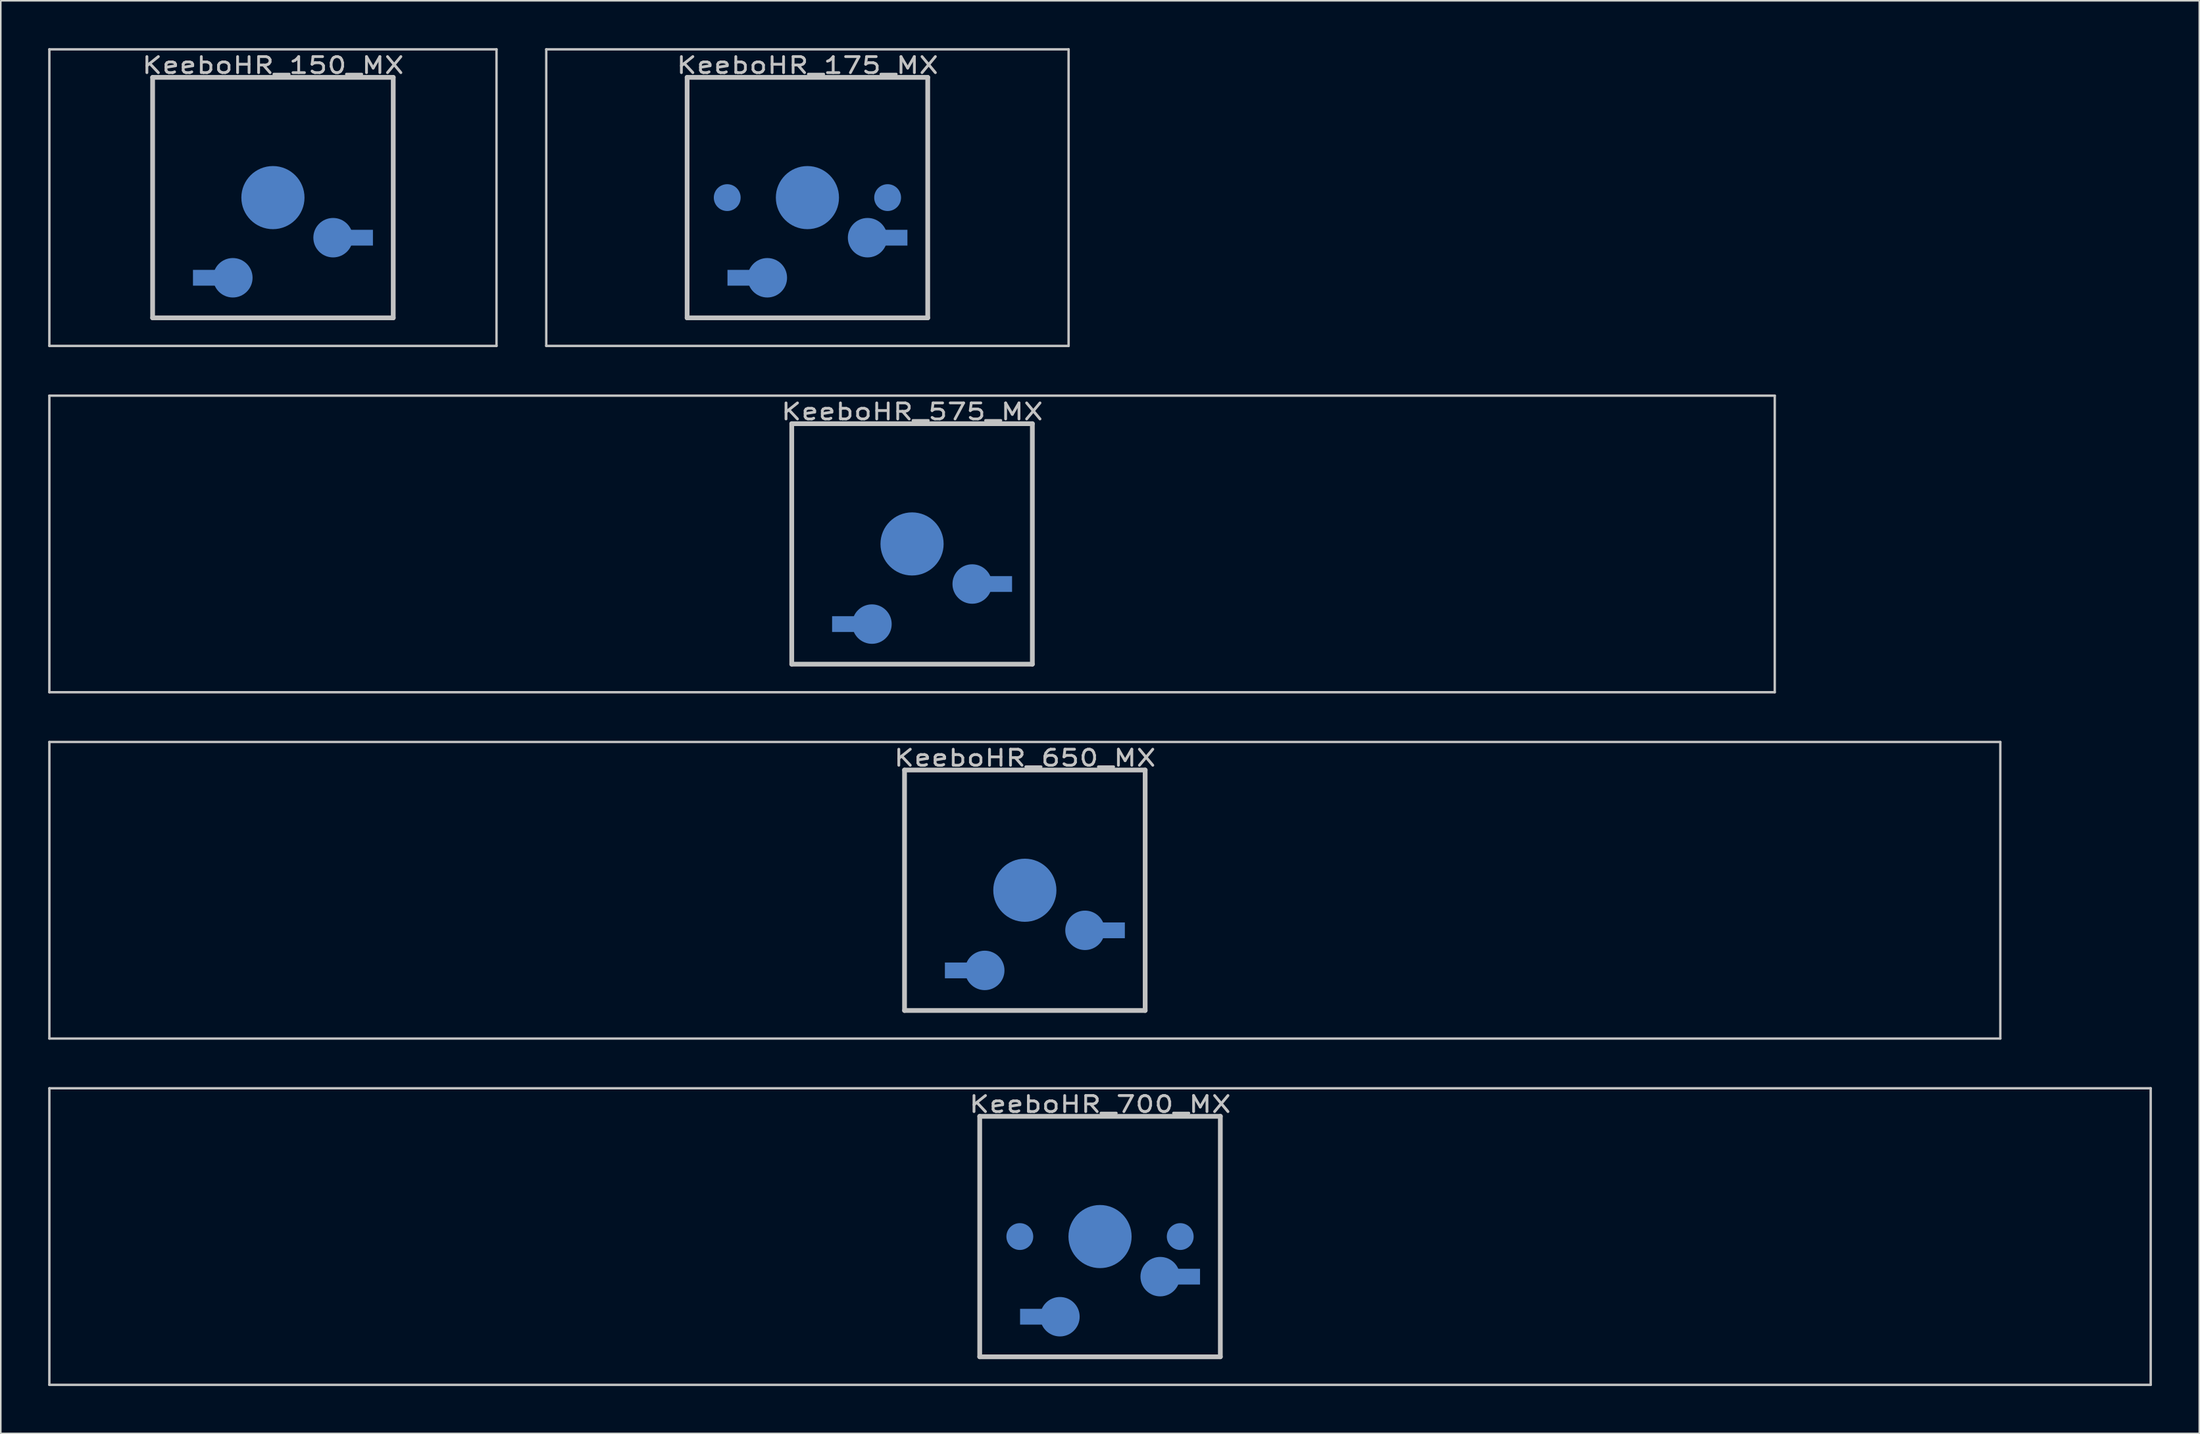
<source format=kicad_pcb>
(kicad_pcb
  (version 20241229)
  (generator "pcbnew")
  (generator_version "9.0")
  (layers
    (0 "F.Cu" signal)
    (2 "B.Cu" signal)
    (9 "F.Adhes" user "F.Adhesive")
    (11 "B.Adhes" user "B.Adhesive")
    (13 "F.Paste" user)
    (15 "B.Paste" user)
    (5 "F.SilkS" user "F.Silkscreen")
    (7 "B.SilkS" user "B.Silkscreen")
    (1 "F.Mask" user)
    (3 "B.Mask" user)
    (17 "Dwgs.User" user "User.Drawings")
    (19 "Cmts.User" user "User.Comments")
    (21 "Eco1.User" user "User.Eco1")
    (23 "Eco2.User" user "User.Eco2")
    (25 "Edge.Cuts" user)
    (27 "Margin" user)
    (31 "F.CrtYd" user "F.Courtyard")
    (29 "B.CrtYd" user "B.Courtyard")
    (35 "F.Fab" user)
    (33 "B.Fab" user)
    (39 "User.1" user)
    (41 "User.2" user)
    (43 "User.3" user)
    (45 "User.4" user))
  (footprint "KeeboHR_150_MX"
    (layer "B.Cu")
    (at 14.237 9.474)
    (property "Reference" "KeeboHR_150_MX" (at 0 -8.382 0) (layer "Dwgs.User") (effects (font (size 1.016 1.27) (thickness 0.178))))
    (attr through_hole)
    (fp_line (start -14.161 -9.398) (end 14.161 -9.398) (stroke (width 0.152) (type solid)) (layer "Dwgs.User"))
    (fp_line (start -14.161 9.398) (end -14.161 -9.398) (stroke (width 0.152) (type solid)) (layer "Dwgs.User"))
    (fp_line (start -7.62 -7.62) (end 7.62 -7.62) (stroke (width 0.3) (type solid)) (layer "Dwgs.User"))
    (fp_line (start -7.62 7.62) (end -7.62 -7.62) (stroke (width 0.3) (type solid)) (layer "Dwgs.User"))
    (fp_line (start 7.62 -7.62) (end 7.62 7.62) (stroke (width 0.3) (type solid)) (layer "Dwgs.User"))
    (fp_line (start 7.62 7.62) (end -7.62 7.62) (stroke (width 0.3) (type solid)) (layer "Dwgs.User"))
    (fp_line (start 14.161 -9.398) (end 14.161 9.398) (stroke (width 0.152) (type solid)) (layer "Dwgs.User"))
    (fp_line (start 14.161 9.398) (end -14.161 9.398) (stroke (width 0.152) (type solid)) (layer "Dwgs.User"))
    (pad "" smd circle (at 0 0) (size 4 4) (layers "B.Cu" "B.Mask"))
    (pad "1" smd circle (at 3.81 2.54) (size 2.5 2.5) (layers "B.Cu" "B.Mask"))
    (pad "1" smd rect (at 5.334 2.54) (size 2 1) (layers "B.Cu" "B.Mask"))
    (pad "2" smd rect (at -4.064 5.08) (size 2 1) (layers "B.Cu" "B.Mask"))
    (pad "2" smd circle (at -2.54 5.08) (size 2.5 2.5) (layers "B.Cu" "B.Mask")))
  (footprint "KeeboHR_575_MX"
    (layer "B.Cu")
    (at 54.718 31.423)
    (property "Reference" "KeeboHR_575_MX" (at 0 -8.382 0) (layer "Dwgs.User") (effects (font (size 1.016 1.27) (thickness 0.178))))
    (attr through_hole)
    (fp_line (start -54.642 -9.398) (end 54.642 -9.398) (stroke (width 0.152) (type solid)) (layer "Dwgs.User"))
    (fp_line (start -54.642 9.398) (end -54.642 -9.398) (stroke (width 0.152) (type solid)) (layer "Dwgs.User"))
    (fp_line (start -7.62 -7.62) (end 7.62 -7.62) (stroke (width 0.3) (type solid)) (layer "Dwgs.User"))
    (fp_line (start -7.62 7.62) (end -7.62 -7.62) (stroke (width 0.3) (type solid)) (layer "Dwgs.User"))
    (fp_line (start 7.62 -7.62) (end 7.62 7.62) (stroke (width 0.3) (type solid)) (layer "Dwgs.User"))
    (fp_line (start 7.62 7.62) (end -7.62 7.62) (stroke (width 0.3) (type solid)) (layer "Dwgs.User"))
    (fp_line (start 54.642 -9.398) (end 54.642 9.398) (stroke (width 0.152) (type solid)) (layer "Dwgs.User"))
    (fp_line (start 54.642 9.398) (end -54.642 9.398) (stroke (width 0.152) (type solid)) (layer "Dwgs.User"))
    (pad "" smd circle (at 0 0) (size 4 4) (layers "B.Cu" "B.Mask"))
    (pad "1" smd circle (at 3.81 2.54) (size 2.5 2.5) (layers "B.Cu" "B.Mask"))
    (pad "1" smd rect (at 5.334 2.54) (size 2 1) (layers "B.Cu" "B.Mask"))
    (pad "2" smd rect (at -4.064 5.08) (size 2 1) (layers "B.Cu" "B.Mask"))
    (pad "2" smd circle (at -2.54 5.08) (size 2.5 2.5) (layers "B.Cu" "B.Mask")))
  (footprint "KeeboHR_650_MX"
    (layer "B.Cu")
    (at 61.862 53.371)
    (property "Reference" "KeeboHR_650_MX" (at 0 -8.382 0) (layer "Dwgs.User") (effects (font (size 1.016 1.27) (thickness 0.178))))
    (attr through_hole)
    (fp_line (start -61.785 -9.398) (end 61.785 -9.398) (stroke (width 0.152) (type solid)) (layer "Dwgs.User"))
    (fp_line (start -61.785 9.398) (end -61.785 -9.398) (stroke (width 0.152) (type solid)) (layer "Dwgs.User"))
    (fp_line (start -7.62 -7.62) (end 7.62 -7.62) (stroke (width 0.3) (type solid)) (layer "Dwgs.User"))
    (fp_line (start -7.62 7.62) (end -7.62 -7.62) (stroke (width 0.3) (type solid)) (layer "Dwgs.User"))
    (fp_line (start 7.62 -7.62) (end 7.62 7.62) (stroke (width 0.3) (type solid)) (layer "Dwgs.User"))
    (fp_line (start 7.62 7.62) (end -7.62 7.62) (stroke (width 0.3) (type solid)) (layer "Dwgs.User"))
    (fp_line (start 61.785 -9.398) (end 61.785 9.398) (stroke (width 0.152) (type solid)) (layer "Dwgs.User"))
    (fp_line (start 61.785 9.398) (end -61.785 9.398) (stroke (width 0.152) (type solid)) (layer "Dwgs.User"))
    (pad "" smd circle (at 0 0) (size 4 4) (layers "B.Cu" "B.Mask"))
    (pad "1" smd circle (at 3.81 2.54) (size 2.5 2.5) (layers "B.Cu" "B.Mask"))
    (pad "1" smd rect (at 5.334 2.54) (size 2 1) (layers "B.Cu" "B.Mask"))
    (pad "2" smd rect (at -4.064 5.08) (size 2 1) (layers "B.Cu" "B.Mask"))
    (pad "2" smd circle (at -2.54 5.08) (size 2.5 2.5) (layers "B.Cu" "B.Mask")))
  (footprint "KeeboHR_175_MX"
    (layer "B.Cu")
    (at 48.091 9.474)
    (property "Reference" "KeeboHR_175_MX" (at 0 -8.382 0) (layer "Dwgs.User") (effects (font (size 1.016 1.27) (thickness 0.178))))
    (attr through_hole)
    (fp_line (start -16.542 -9.398) (end 16.542 -9.398) (stroke (width 0.152) (type solid)) (layer "Dwgs.User"))
    (fp_line (start -16.542 9.398) (end -16.542 -9.398) (stroke (width 0.152) (type solid)) (layer "Dwgs.User"))
    (fp_line (start -7.62 -7.62) (end 7.62 -7.62) (stroke (width 0.3) (type solid)) (layer "Dwgs.User"))
    (fp_line (start -7.62 7.62) (end -7.62 -7.62) (stroke (width 0.3) (type solid)) (layer "Dwgs.User"))
    (fp_line (start 7.62 -7.62) (end 7.62 7.62) (stroke (width 0.3) (type solid)) (layer "Dwgs.User"))
    (fp_line (start 7.62 7.62) (end -7.62 7.62) (stroke (width 0.3) (type solid)) (layer "Dwgs.User"))
    (fp_line (start 16.542 -9.398) (end 16.542 9.398) (stroke (width 0.152) (type solid)) (layer "Dwgs.User"))
    (fp_line (start 16.542 9.398) (end -16.542 9.398) (stroke (width 0.152) (type solid)) (layer "Dwgs.User"))
    (pad "" smd circle (at -5.08 0) (size 1.7 1.7) (layers "B.Cu" "B.Mask"))
    (pad "" smd circle (at 0 0) (size 4 4) (layers "B.Cu" "B.Mask"))
    (pad "" smd circle (at 5.08 0) (size 1.7 1.7) (layers "B.Cu" "B.Mask"))
    (pad "1" smd circle (at 3.81 2.54) (size 2.5 2.5) (layers "B.Cu" "B.Mask"))
    (pad "1" smd rect (at 5.334 2.54) (size 2 1) (layers "B.Cu" "B.Mask"))
    (pad "2" smd rect (at -4.064 5.08) (size 2 1) (layers "B.Cu" "B.Mask"))
    (pad "2" smd circle (at -2.54 5.08) (size 2.5 2.5) (layers "B.Cu" "B.Mask")))
  (footprint "KeeboHR_700_MX"
    (layer "B.Cu")
    (at 66.624 75.319)
    (property "Reference" "KeeboHR_700_MX" (at 0 -8.382 0) (layer "Dwgs.User") (effects (font (size 1.016 1.27) (thickness 0.178))))
    (attr through_hole)
    (fp_line (start -66.548 -9.398) (end 66.548 -9.398) (stroke (width 0.152) (type solid)) (layer "Dwgs.User"))
    (fp_line (start -66.548 9.398) (end -66.548 -9.398) (stroke (width 0.152) (type solid)) (layer "Dwgs.User"))
    (fp_line (start -7.62 -7.62) (end 7.62 -7.62) (stroke (width 0.3) (type solid)) (layer "Dwgs.User"))
    (fp_line (start -7.62 7.62) (end -7.62 -7.62) (stroke (width 0.3) (type solid)) (layer "Dwgs.User"))
    (fp_line (start 7.62 -7.62) (end 7.62 7.62) (stroke (width 0.3) (type solid)) (layer "Dwgs.User"))
    (fp_line (start 7.62 7.62) (end -7.62 7.62) (stroke (width 0.3) (type solid)) (layer "Dwgs.User"))
    (fp_line (start 66.548 -9.398) (end 66.548 9.398) (stroke (width 0.152) (type solid)) (layer "Dwgs.User"))
    (fp_line (start 66.548 9.398) (end -66.548 9.398) (stroke (width 0.152) (type solid)) (layer "Dwgs.User"))
    (pad "" smd circle (at -5.08 0) (size 1.7 1.7) (layers "B.Cu" "B.Mask"))
    (pad "" smd circle (at 0 0) (size 4 4) (layers "B.Cu" "B.Mask"))
    (pad "" smd circle (at 5.08 0) (size 1.7 1.7) (layers "B.Cu" "B.Mask"))
    (pad "1" smd circle (at 3.81 2.54) (size 2.5 2.5) (layers "B.Cu" "B.Mask"))
    (pad "1" smd rect (at 5.334 2.54) (size 2 1) (layers "B.Cu" "B.Mask"))
    (pad "2" smd rect (at -4.064 5.08) (size 2 1) (layers "B.Cu" "B.Mask"))
    (pad "2" smd circle (at -2.54 5.08) (size 2.5 2.5) (layers "B.Cu" "B.Mask")))
  (gr_rect
    (start -3 -3)
    (end 136.248 87.794)
    (stroke (width 0.1) (type default))
    (fill no)
    (layer "Edge.Cuts")))
</source>
